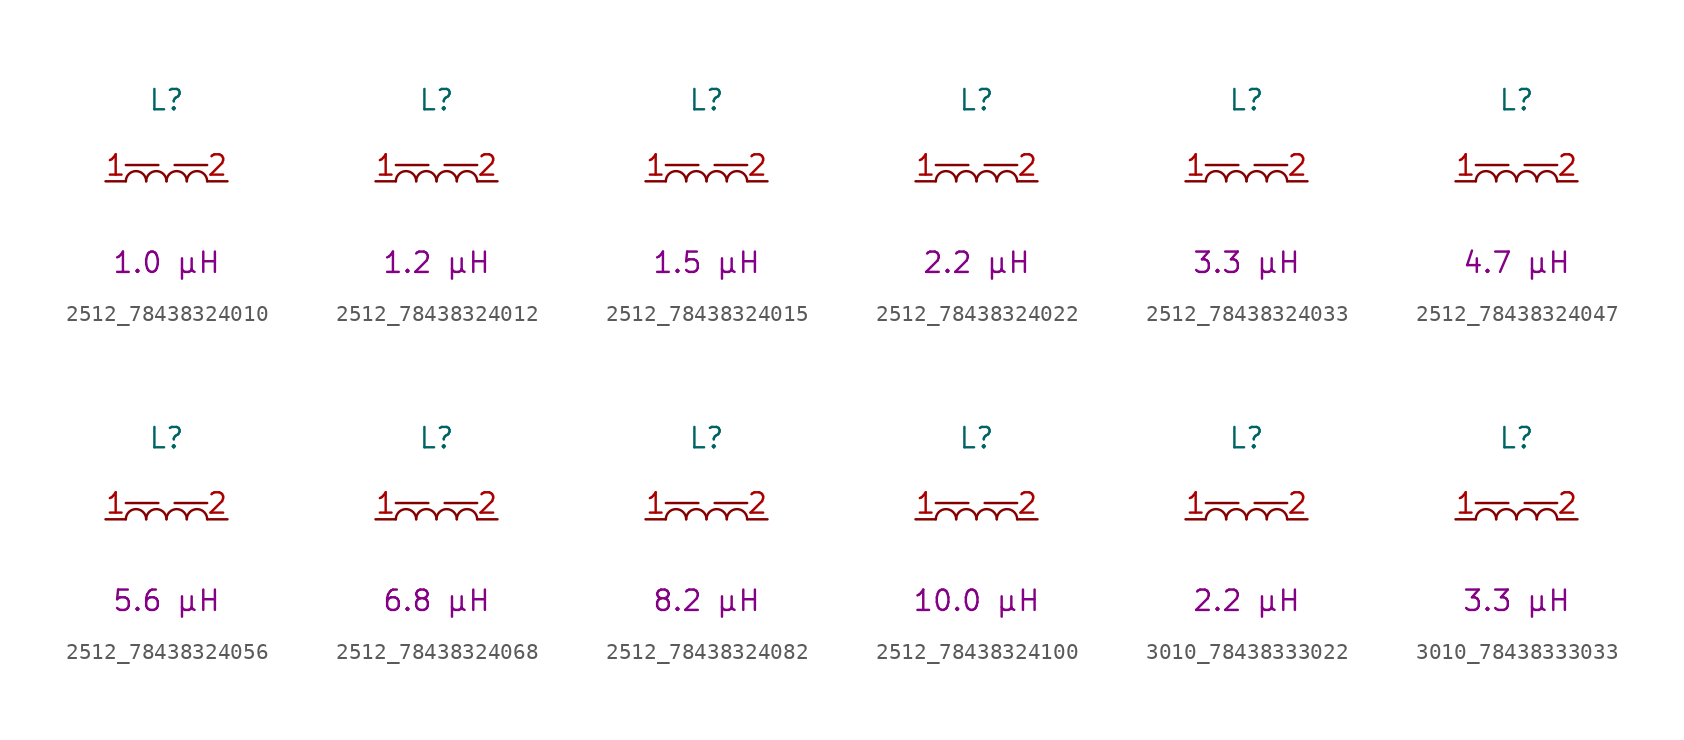
<source format=kicad_sym>
(kicad_symbol_lib
  (version 20220914)
  (generator kicad_symbol_editor)
  (symbol "2512_78438324010"
    (pin_names hide)
    (property "Reference" "L"
      (at 0 5.08 0)
      (effects (font (size 1.27 1.27))))
    (property "Critical Parameter" "1.0 µH"
      (at 0 -5.08 0)
      (effects (font (size 1.27 1.27))))
    (symbol "2512_78438324010_0_1"
      (arc (start -1.27 0) (mid -1.905 0.6323) (end -2.54 0) (stroke (width 0) (type default)) (fill (type none)))
      (arc (start 0 0) (mid -0.635 0.6323) (end -1.27 0) (stroke (width 0) (type default)) (fill (type none)))
      (polyline (pts (xy -2.54 1.016) (xy -0.508 1.016)) (stroke (width 0) (type default)) (fill (type none)))
      (arc (start 1.27 0) (mid 0.635 0.6323) (end 0 0) (stroke (width 0) (type default)) (fill (type none)))
      (arc (start 2.54 0) (mid 1.905 0.6323) (end 1.27 0) (stroke (width 0) (type default)) (fill (type none))))
    (symbol "2512_78438324010_1_1"
      (polyline (pts (xy 2.54 1.016) (xy 0.508 1.016)) (stroke (width 0) (type default)) (fill (type none)))
      (pin passive line (at -3.81 0 0) (length 1.27) (name "1" (effects (font (size 1.27 1.27)))) (number "1" (effects (font (size 1.27 1.27)))))
      (pin passive line (at 3.81 0 180) (length 1.27) (name "2" (effects (font (size 1.27 1.27)))) (number "2" (effects (font (size 1.27 1.27)))))))
  (symbol "2512_78438324012"
    (pin_names hide)
    (property "Reference" "L"
      (at 0 5.08 0)
      (effects (font (size 1.27 1.27))))
    (property "Critical Parameter" "1.2 µH"
      (at 0 -5.08 0)
      (effects (font (size 1.27 1.27))))
    (symbol "2512_78438324012_0_1"
      (arc (start -1.27 0) (mid -1.905 0.6323) (end -2.54 0) (stroke (width 0) (type default)) (fill (type none)))
      (arc (start 0 0) (mid -0.635 0.6323) (end -1.27 0) (stroke (width 0) (type default)) (fill (type none)))
      (polyline (pts (xy -2.54 1.016) (xy -0.508 1.016)) (stroke (width 0) (type default)) (fill (type none)))
      (arc (start 1.27 0) (mid 0.635 0.6323) (end 0 0) (stroke (width 0) (type default)) (fill (type none)))
      (arc (start 2.54 0) (mid 1.905 0.6323) (end 1.27 0) (stroke (width 0) (type default)) (fill (type none))))
    (symbol "2512_78438324012_1_1"
      (polyline (pts (xy 2.54 1.016) (xy 0.508 1.016)) (stroke (width 0) (type default)) (fill (type none)))
      (pin passive line (at -3.81 0 0) (length 1.27) (name "1" (effects (font (size 1.27 1.27)))) (number "1" (effects (font (size 1.27 1.27)))))
      (pin passive line (at 3.81 0 180) (length 1.27) (name "2" (effects (font (size 1.27 1.27)))) (number "2" (effects (font (size 1.27 1.27)))))))
  (symbol "2512_78438324015"
    (pin_names hide)
    (property "Reference" "L"
      (at 0 5.08 0)
      (effects (font (size 1.27 1.27))))
    (property "Critical Parameter" "1.5 µH"
      (at 0 -5.08 0)
      (effects (font (size 1.27 1.27))))
    (symbol "2512_78438324015_0_1"
      (arc (start -1.27 0) (mid -1.905 0.6323) (end -2.54 0) (stroke (width 0) (type default)) (fill (type none)))
      (arc (start 0 0) (mid -0.635 0.6323) (end -1.27 0) (stroke (width 0) (type default)) (fill (type none)))
      (polyline (pts (xy -2.54 1.016) (xy -0.508 1.016)) (stroke (width 0) (type default)) (fill (type none)))
      (arc (start 1.27 0) (mid 0.635 0.6323) (end 0 0) (stroke (width 0) (type default)) (fill (type none)))
      (arc (start 2.54 0) (mid 1.905 0.6323) (end 1.27 0) (stroke (width 0) (type default)) (fill (type none))))
    (symbol "2512_78438324015_1_1"
      (polyline (pts (xy 2.54 1.016) (xy 0.508 1.016)) (stroke (width 0) (type default)) (fill (type none)))
      (pin passive line (at -3.81 0 0) (length 1.27) (name "1" (effects (font (size 1.27 1.27)))) (number "1" (effects (font (size 1.27 1.27)))))
      (pin passive line (at 3.81 0 180) (length 1.27) (name "2" (effects (font (size 1.27 1.27)))) (number "2" (effects (font (size 1.27 1.27)))))))
  (symbol "2512_78438324022"
    (pin_names hide)
    (property "Reference" "L"
      (at 0 5.08 0)
      (effects (font (size 1.27 1.27))))
    (property "Critical Parameter" "2.2 µH"
      (at 0 -5.08 0)
      (effects (font (size 1.27 1.27))))
    (symbol "2512_78438324022_0_1"
      (arc (start -1.27 0) (mid -1.905 0.6323) (end -2.54 0) (stroke (width 0) (type default)) (fill (type none)))
      (arc (start 0 0) (mid -0.635 0.6323) (end -1.27 0) (stroke (width 0) (type default)) (fill (type none)))
      (polyline (pts (xy -2.54 1.016) (xy -0.508 1.016)) (stroke (width 0) (type default)) (fill (type none)))
      (arc (start 1.27 0) (mid 0.635 0.6323) (end 0 0) (stroke (width 0) (type default)) (fill (type none)))
      (arc (start 2.54 0) (mid 1.905 0.6323) (end 1.27 0) (stroke (width 0) (type default)) (fill (type none))))
    (symbol "2512_78438324022_1_1"
      (polyline (pts (xy 2.54 1.016) (xy 0.508 1.016)) (stroke (width 0) (type default)) (fill (type none)))
      (pin passive line (at -3.81 0 0) (length 1.27) (name "1" (effects (font (size 1.27 1.27)))) (number "1" (effects (font (size 1.27 1.27)))))
      (pin passive line (at 3.81 0 180) (length 1.27) (name "2" (effects (font (size 1.27 1.27)))) (number "2" (effects (font (size 1.27 1.27)))))))
  (symbol "2512_78438324033"
    (pin_names hide)
    (property "Reference" "L"
      (at 0 5.08 0)
      (effects (font (size 1.27 1.27))))
    (property "Critical Parameter" "3.3 µH"
      (at 0 -5.08 0)
      (effects (font (size 1.27 1.27))))
    (symbol "2512_78438324033_0_1"
      (arc (start -1.27 0) (mid -1.905 0.6323) (end -2.54 0) (stroke (width 0) (type default)) (fill (type none)))
      (arc (start 0 0) (mid -0.635 0.6323) (end -1.27 0) (stroke (width 0) (type default)) (fill (type none)))
      (polyline (pts (xy -2.54 1.016) (xy -0.508 1.016)) (stroke (width 0) (type default)) (fill (type none)))
      (arc (start 1.27 0) (mid 0.635 0.6323) (end 0 0) (stroke (width 0) (type default)) (fill (type none)))
      (arc (start 2.54 0) (mid 1.905 0.6323) (end 1.27 0) (stroke (width 0) (type default)) (fill (type none))))
    (symbol "2512_78438324033_1_1"
      (polyline (pts (xy 2.54 1.016) (xy 0.508 1.016)) (stroke (width 0) (type default)) (fill (type none)))
      (pin passive line (at -3.81 0 0) (length 1.27) (name "1" (effects (font (size 1.27 1.27)))) (number "1" (effects (font (size 1.27 1.27)))))
      (pin passive line (at 3.81 0 180) (length 1.27) (name "2" (effects (font (size 1.27 1.27)))) (number "2" (effects (font (size 1.27 1.27)))))))
  (symbol "2512_78438324047"
    (pin_names hide)
    (property "Reference" "L"
      (at 0 5.08 0)
      (effects (font (size 1.27 1.27))))
    (property "Critical Parameter" "4.7 µH"
      (at 0 -5.08 0)
      (effects (font (size 1.27 1.27))))
    (symbol "2512_78438324047_0_1"
      (arc (start -1.27 0) (mid -1.905 0.6323) (end -2.54 0) (stroke (width 0) (type default)) (fill (type none)))
      (arc (start 0 0) (mid -0.635 0.6323) (end -1.27 0) (stroke (width 0) (type default)) (fill (type none)))
      (polyline (pts (xy -2.54 1.016) (xy -0.508 1.016)) (stroke (width 0) (type default)) (fill (type none)))
      (arc (start 1.27 0) (mid 0.635 0.6323) (end 0 0) (stroke (width 0) (type default)) (fill (type none)))
      (arc (start 2.54 0) (mid 1.905 0.6323) (end 1.27 0) (stroke (width 0) (type default)) (fill (type none))))
    (symbol "2512_78438324047_1_1"
      (polyline (pts (xy 2.54 1.016) (xy 0.508 1.016)) (stroke (width 0) (type default)) (fill (type none)))
      (pin passive line (at -3.81 0 0) (length 1.27) (name "1" (effects (font (size 1.27 1.27)))) (number "1" (effects (font (size 1.27 1.27)))))
      (pin passive line (at 3.81 0 180) (length 1.27) (name "2" (effects (font (size 1.27 1.27)))) (number "2" (effects (font (size 1.27 1.27)))))))
  (symbol "2512_78438324056"
    (pin_names hide)
    (property "Reference" "L"
      (at 0 5.08 0)
      (effects (font (size 1.27 1.27))))
    (property "Critical Parameter" "5.6 µH"
      (at 0 -5.08 0)
      (effects (font (size 1.27 1.27))))
    (symbol "2512_78438324056_0_1"
      (arc (start -1.27 0) (mid -1.905 0.6323) (end -2.54 0) (stroke (width 0) (type default)) (fill (type none)))
      (arc (start 0 0) (mid -0.635 0.6323) (end -1.27 0) (stroke (width 0) (type default)) (fill (type none)))
      (polyline (pts (xy -2.54 1.016) (xy -0.508 1.016)) (stroke (width 0) (type default)) (fill (type none)))
      (arc (start 1.27 0) (mid 0.635 0.6323) (end 0 0) (stroke (width 0) (type default)) (fill (type none)))
      (arc (start 2.54 0) (mid 1.905 0.6323) (end 1.27 0) (stroke (width 0) (type default)) (fill (type none))))
    (symbol "2512_78438324056_1_1"
      (polyline (pts (xy 2.54 1.016) (xy 0.508 1.016)) (stroke (width 0) (type default)) (fill (type none)))
      (pin passive line (at -3.81 0 0) (length 1.27) (name "1" (effects (font (size 1.27 1.27)))) (number "1" (effects (font (size 1.27 1.27)))))
      (pin passive line (at 3.81 0 180) (length 1.27) (name "2" (effects (font (size 1.27 1.27)))) (number "2" (effects (font (size 1.27 1.27)))))))
  (symbol "2512_78438324068"
    (pin_names hide)
    (property "Reference" "L"
      (at 0 5.08 0)
      (effects (font (size 1.27 1.27))))
    (property "Critical Parameter" "6.8 µH"
      (at 0 -5.08 0)
      (effects (font (size 1.27 1.27))))
    (symbol "2512_78438324068_0_1"
      (arc (start -1.27 0) (mid -1.905 0.6323) (end -2.54 0) (stroke (width 0) (type default)) (fill (type none)))
      (arc (start 0 0) (mid -0.635 0.6323) (end -1.27 0) (stroke (width 0) (type default)) (fill (type none)))
      (polyline (pts (xy -2.54 1.016) (xy -0.508 1.016)) (stroke (width 0) (type default)) (fill (type none)))
      (arc (start 1.27 0) (mid 0.635 0.6323) (end 0 0) (stroke (width 0) (type default)) (fill (type none)))
      (arc (start 2.54 0) (mid 1.905 0.6323) (end 1.27 0) (stroke (width 0) (type default)) (fill (type none))))
    (symbol "2512_78438324068_1_1"
      (polyline (pts (xy 2.54 1.016) (xy 0.508 1.016)) (stroke (width 0) (type default)) (fill (type none)))
      (pin passive line (at -3.81 0 0) (length 1.27) (name "1" (effects (font (size 1.27 1.27)))) (number "1" (effects (font (size 1.27 1.27)))))
      (pin passive line (at 3.81 0 180) (length 1.27) (name "2" (effects (font (size 1.27 1.27)))) (number "2" (effects (font (size 1.27 1.27)))))))
  (symbol "2512_78438324082"
    (pin_names hide)
    (property "Reference" "L"
      (at 0 5.08 0)
      (effects (font (size 1.27 1.27))))
    (property "Critical Parameter" "8.2 µH"
      (at 0 -5.08 0)
      (effects (font (size 1.27 1.27))))
    (symbol "2512_78438324082_0_1"
      (arc (start -1.27 0) (mid -1.905 0.6323) (end -2.54 0) (stroke (width 0) (type default)) (fill (type none)))
      (arc (start 0 0) (mid -0.635 0.6323) (end -1.27 0) (stroke (width 0) (type default)) (fill (type none)))
      (polyline (pts (xy -2.54 1.016) (xy -0.508 1.016)) (stroke (width 0) (type default)) (fill (type none)))
      (arc (start 1.27 0) (mid 0.635 0.6323) (end 0 0) (stroke (width 0) (type default)) (fill (type none)))
      (arc (start 2.54 0) (mid 1.905 0.6323) (end 1.27 0) (stroke (width 0) (type default)) (fill (type none))))
    (symbol "2512_78438324082_1_1"
      (polyline (pts (xy 2.54 1.016) (xy 0.508 1.016)) (stroke (width 0) (type default)) (fill (type none)))
      (pin passive line (at -3.81 0 0) (length 1.27) (name "1" (effects (font (size 1.27 1.27)))) (number "1" (effects (font (size 1.27 1.27)))))
      (pin passive line (at 3.81 0 180) (length 1.27) (name "2" (effects (font (size 1.27 1.27)))) (number "2" (effects (font (size 1.27 1.27)))))))
  (symbol "2512_78438324100"
    (pin_names hide)
    (property "Reference" "L"
      (at 0 5.08 0)
      (effects (font (size 1.27 1.27))))
    (property "Critical Parameter" "10.0 µH"
      (at 0 -5.08 0)
      (effects (font (size 1.27 1.27))))
    (symbol "2512_78438324100_0_1"
      (arc (start -1.27 0) (mid -1.905 0.6323) (end -2.54 0) (stroke (width 0) (type default)) (fill (type none)))
      (arc (start 0 0) (mid -0.635 0.6323) (end -1.27 0) (stroke (width 0) (type default)) (fill (type none)))
      (polyline (pts (xy -2.54 1.016) (xy -0.508 1.016)) (stroke (width 0) (type default)) (fill (type none)))
      (arc (start 1.27 0) (mid 0.635 0.6323) (end 0 0) (stroke (width 0) (type default)) (fill (type none)))
      (arc (start 2.54 0) (mid 1.905 0.6323) (end 1.27 0) (stroke (width 0) (type default)) (fill (type none))))
    (symbol "2512_78438324100_1_1"
      (polyline (pts (xy 2.54 1.016) (xy 0.508 1.016)) (stroke (width 0) (type default)) (fill (type none)))
      (pin passive line (at -3.81 0 0) (length 1.27) (name "1" (effects (font (size 1.27 1.27)))) (number "1" (effects (font (size 1.27 1.27)))))
      (pin passive line (at 3.81 0 180) (length 1.27) (name "2" (effects (font (size 1.27 1.27)))) (number "2" (effects (font (size 1.27 1.27)))))))
  (symbol "3010_78438333022"
    (pin_names hide)
    (property "Reference" "L"
      (at 0 5.08 0)
      (effects (font (size 1.27 1.27))))
    (property "Critical Parameter" "2.2 µH"
      (at 0 -5.08 0)
      (effects (font (size 1.27 1.27))))
    (symbol "3010_78438333022_0_1"
      (arc (start -1.27 0) (mid -1.905 0.6323) (end -2.54 0) (stroke (width 0) (type default)) (fill (type none)))
      (arc (start 0 0) (mid -0.635 0.6323) (end -1.27 0) (stroke (width 0) (type default)) (fill (type none)))
      (polyline (pts (xy -2.54 1.016) (xy -0.508 1.016)) (stroke (width 0) (type default)) (fill (type none)))
      (arc (start 1.27 0) (mid 0.635 0.6323) (end 0 0) (stroke (width 0) (type default)) (fill (type none)))
      (arc (start 2.54 0) (mid 1.905 0.6323) (end 1.27 0) (stroke (width 0) (type default)) (fill (type none))))
    (symbol "3010_78438333022_1_1"
      (polyline (pts (xy 2.54 1.016) (xy 0.508 1.016)) (stroke (width 0) (type default)) (fill (type none)))
      (pin passive line (at -3.81 0 0) (length 1.27) (name "1" (effects (font (size 1.27 1.27)))) (number "1" (effects (font (size 1.27 1.27)))))
      (pin passive line (at 3.81 0 180) (length 1.27) (name "2" (effects (font (size 1.27 1.27)))) (number "2" (effects (font (size 1.27 1.27)))))))
  (symbol "3010_78438333033"
    (pin_names hide)
    (property "Reference" "L"
      (at 0 5.08 0)
      (effects (font (size 1.27 1.27))))
    (property "Critical Parameter" "3.3 µH"
      (at 0 -5.08 0)
      (effects (font (size 1.27 1.27))))
    (symbol "3010_78438333033_0_1"
      (arc (start -1.27 0) (mid -1.905 0.6323) (end -2.54 0) (stroke (width 0) (type default)) (fill (type none)))
      (arc (start 0 0) (mid -0.635 0.6323) (end -1.27 0) (stroke (width 0) (type default)) (fill (type none)))
      (polyline (pts (xy -2.54 1.016) (xy -0.508 1.016)) (stroke (width 0) (type default)) (fill (type none)))
      (arc (start 1.27 0) (mid 0.635 0.6323) (end 0 0) (stroke (width 0) (type default)) (fill (type none)))
      (arc (start 2.54 0) (mid 1.905 0.6323) (end 1.27 0) (stroke (width 0) (type default)) (fill (type none))))
    (symbol "3010_78438333033_1_1"
      (polyline (pts (xy 2.54 1.016) (xy 0.508 1.016)) (stroke (width 0) (type default)) (fill (type none)))
      (pin passive line (at -3.81 0 0) (length 1.27) (name "1" (effects (font (size 1.27 1.27)))) (number "1" (effects (font (size 1.27 1.27)))))
      (pin passive line (at 3.81 0 180) (length 1.27) (name "2" (effects (font (size 1.27 1.27)))) (number "2" (effects (font (size 1.27 1.27))))))))
</source>
